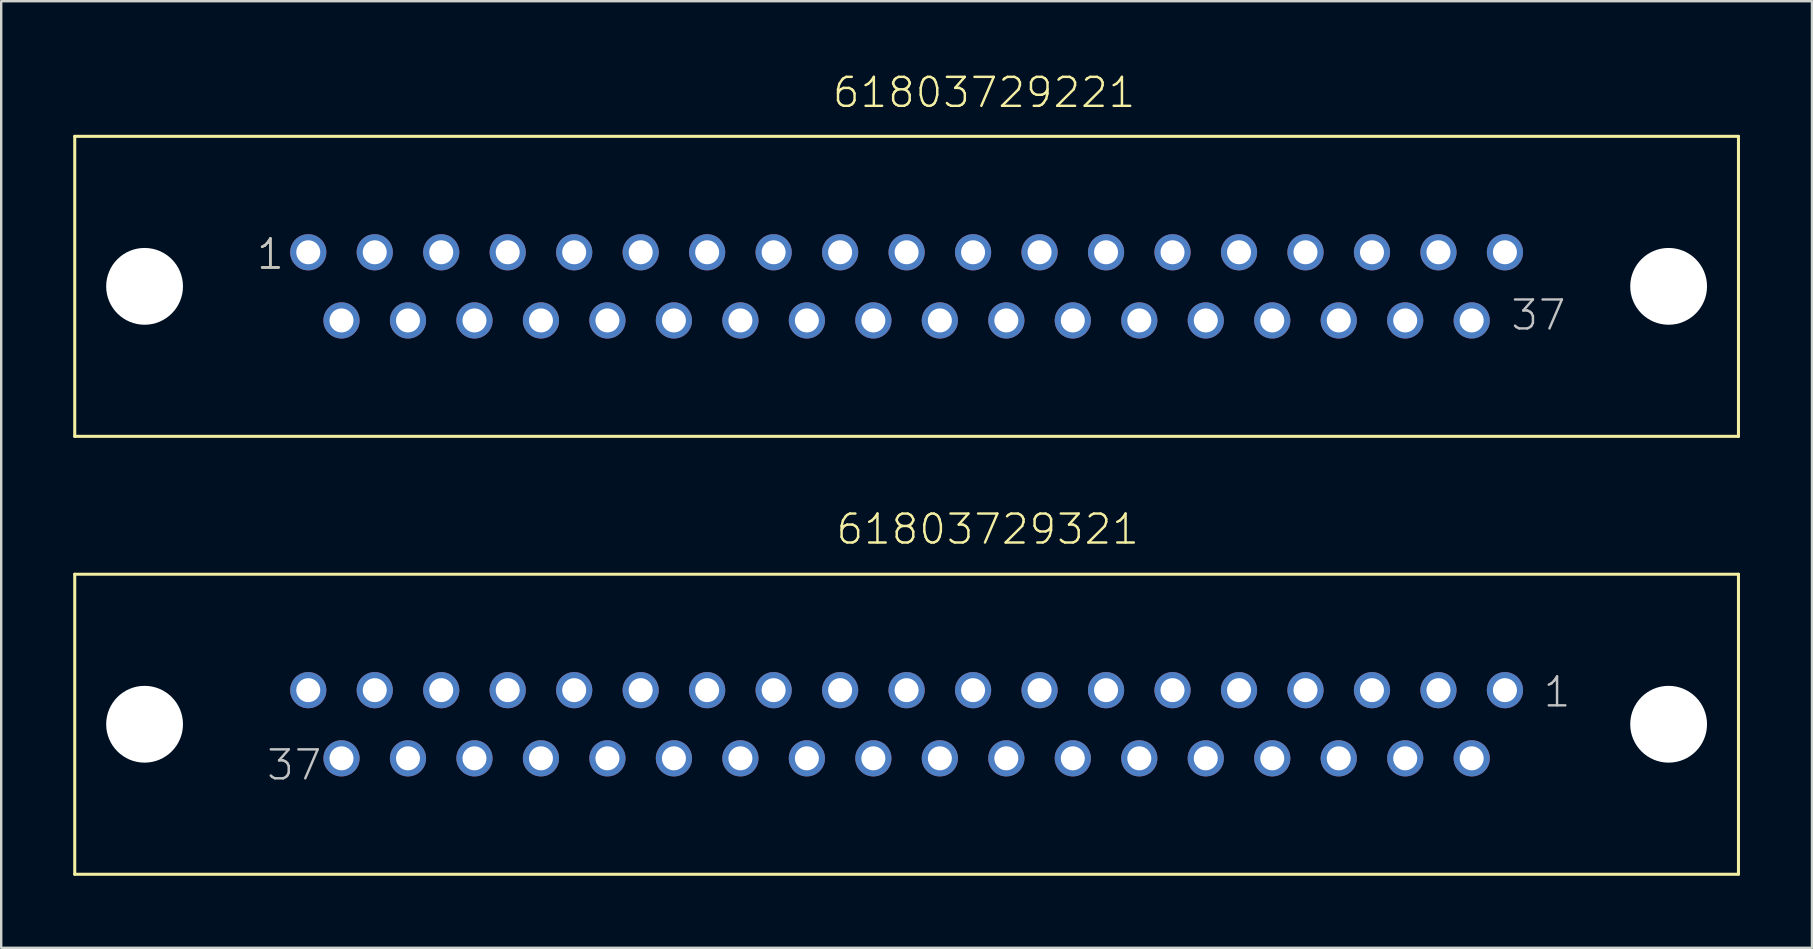
<source format=kicad_pcb>
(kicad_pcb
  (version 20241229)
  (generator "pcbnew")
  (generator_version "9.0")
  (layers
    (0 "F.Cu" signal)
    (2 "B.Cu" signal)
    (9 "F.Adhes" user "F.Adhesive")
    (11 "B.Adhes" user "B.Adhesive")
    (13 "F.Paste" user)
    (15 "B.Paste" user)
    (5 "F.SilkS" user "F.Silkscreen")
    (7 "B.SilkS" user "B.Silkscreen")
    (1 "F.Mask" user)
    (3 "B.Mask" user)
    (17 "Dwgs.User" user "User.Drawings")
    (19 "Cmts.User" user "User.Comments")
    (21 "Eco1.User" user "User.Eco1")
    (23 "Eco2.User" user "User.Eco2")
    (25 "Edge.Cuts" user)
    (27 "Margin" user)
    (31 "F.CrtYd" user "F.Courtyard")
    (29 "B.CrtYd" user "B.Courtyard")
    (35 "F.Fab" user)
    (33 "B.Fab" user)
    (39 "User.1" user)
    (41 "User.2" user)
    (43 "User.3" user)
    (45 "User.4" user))
  (footprint "61803729221"
    (layer "F.Cu")
    (at 34.724 8.881)
    (property "Reference" "61803729221" (at -3.155 -7.37 0) (layer "F.SilkS") (effects (font (size 1.206 1.206) (thickness 0.102)) (justify left bottom)))
    (attr through_hole)
    (fp_line (start -34.66 -6.25) (end 34.66 -6.25) (stroke (width 0.127) (type solid)) (layer "F.SilkS"))
    (fp_line (start -34.66 6.25) (end -34.66 -6.25) (stroke (width 0.127) (type solid)) (layer "F.SilkS"))
    (fp_line (start 34.66 -6.25) (end 34.66 6.25) (stroke (width 0.127) (type solid)) (layer "F.SilkS"))
    (fp_line (start 34.66 6.25) (end -34.66 6.25) (stroke (width 0.127) (type solid)) (layer "F.SilkS"))
    (fp_text user "1" (at -27.15 -0.635 0) (layer "F.SilkS") (effects (font (size 1.206 1.206) (thickness 0.102)) (justify left bottom)))
    (fp_text user "1" (at -27.15 -0.635 0) (layer "Dwgs.User") (effects (font (size 1.206 1.206) (thickness 0.102)) (justify left bottom)))
    (fp_text user "37" (at 25.11 1.905 0) (layer "Dwgs.User") (effects (font (size 1.206 1.206) (thickness 0.102)) (justify left bottom)))
    (pad "" np_thru_hole circle (at -31.75 0) (size 3.2 3.2) (drill 3.2) (layers "*.Cu"))
    (pad "" np_thru_hole circle (at 31.75 0) (size 3.2 3.2) (drill 3.2) (layers "*.Cu"))
    (pad "1" thru_hole circle (at -24.93 -1.42) (size 1.508 1.508) (drill 1) (layers "*.Cu" "*.Mask"))
    (pad "2" thru_hole circle (at -22.16 -1.42) (size 1.508 1.508) (drill 1) (layers "*.Cu" "*.Mask"))
    (pad "3" thru_hole circle (at -19.39 -1.42) (size 1.508 1.508) (drill 1) (layers "*.Cu" "*.Mask"))
    (pad "4" thru_hole circle (at -16.62 -1.42) (size 1.508 1.508) (drill 1) (layers "*.Cu" "*.Mask"))
    (pad "5" thru_hole circle (at -13.85 -1.42) (size 1.508 1.508) (drill 1) (layers "*.Cu" "*.Mask"))
    (pad "6" thru_hole circle (at -11.08 -1.42) (size 1.508 1.508) (drill 1) (layers "*.Cu" "*.Mask"))
    (pad "7" thru_hole circle (at -8.31 -1.42) (size 1.508 1.508) (drill 1) (layers "*.Cu" "*.Mask"))
    (pad "8" thru_hole circle (at -5.54 -1.42) (size 1.508 1.508) (drill 1) (layers "*.Cu" "*.Mask"))
    (pad "9" thru_hole circle (at -2.77 -1.42) (size 1.508 1.508) (drill 1) (layers "*.Cu" "*.Mask"))
    (pad "10" thru_hole circle (at 0 -1.42) (size 1.508 1.508) (drill 1) (layers "*.Cu" "*.Mask"))
    (pad "11" thru_hole circle (at 2.77 -1.42) (size 1.508 1.508) (drill 1) (layers "*.Cu" "*.Mask"))
    (pad "12" thru_hole circle (at 5.54 -1.42) (size 1.508 1.508) (drill 1) (layers "*.Cu" "*.Mask"))
    (pad "13" thru_hole circle (at 8.31 -1.42) (size 1.508 1.508) (drill 1) (layers "*.Cu" "*.Mask"))
    (pad "14" thru_hole circle (at 11.08 -1.42) (size 1.508 1.508) (drill 1) (layers "*.Cu" "*.Mask"))
    (pad "15" thru_hole circle (at 13.85 -1.42) (size 1.508 1.508) (drill 1) (layers "*.Cu" "*.Mask"))
    (pad "16" thru_hole circle (at 16.62 -1.42) (size 1.508 1.508) (drill 1) (layers "*.Cu" "*.Mask"))
    (pad "17" thru_hole circle (at 19.39 -1.42) (size 1.508 1.508) (drill 1) (layers "*.Cu" "*.Mask"))
    (pad "18" thru_hole circle (at 22.16 -1.42) (size 1.508 1.508) (drill 1) (layers "*.Cu" "*.Mask"))
    (pad "19" thru_hole circle (at 24.93 -1.42) (size 1.508 1.508) (drill 1) (layers "*.Cu" "*.Mask"))
    (pad "20" thru_hole circle (at -23.545 1.42) (size 1.508 1.508) (drill 1) (layers "*.Cu" "*.Mask"))
    (pad "21" thru_hole circle (at -20.775 1.42) (size 1.508 1.508) (drill 1) (layers "*.Cu" "*.Mask"))
    (pad "22" thru_hole circle (at -18.005 1.42) (size 1.508 1.508) (drill 1) (layers "*.Cu" "*.Mask"))
    (pad "23" thru_hole circle (at -15.235 1.42) (size 1.508 1.508) (drill 1) (layers "*.Cu" "*.Mask"))
    (pad "24" thru_hole circle (at -12.465 1.42) (size 1.508 1.508) (drill 1) (layers "*.Cu" "*.Mask"))
    (pad "25" thru_hole circle (at -9.695 1.42) (size 1.508 1.508) (drill 1) (layers "*.Cu" "*.Mask"))
    (pad "26" thru_hole circle (at -6.925 1.42) (size 1.508 1.508) (drill 1) (layers "*.Cu" "*.Mask"))
    (pad "27" thru_hole circle (at -4.155 1.42) (size 1.508 1.508) (drill 1) (layers "*.Cu" "*.Mask"))
    (pad "28" thru_hole circle (at -1.385 1.42) (size 1.508 1.508) (drill 1) (layers "*.Cu" "*.Mask"))
    (pad "29" thru_hole circle (at 1.385 1.42) (size 1.508 1.508) (drill 1) (layers "*.Cu" "*.Mask"))
    (pad "30" thru_hole circle (at 4.155 1.42) (size 1.508 1.508) (drill 1) (layers "*.Cu" "*.Mask"))
    (pad "31" thru_hole circle (at 6.925 1.42) (size 1.508 1.508) (drill 1) (layers "*.Cu" "*.Mask"))
    (pad "32" thru_hole circle (at 9.695 1.42) (size 1.508 1.508) (drill 1) (layers "*.Cu" "*.Mask"))
    (pad "33" thru_hole circle (at 12.465 1.42) (size 1.508 1.508) (drill 1) (layers "*.Cu" "*.Mask"))
    (pad "34" thru_hole circle (at 15.235 1.42) (size 1.508 1.508) (drill 1) (layers "*.Cu" "*.Mask"))
    (pad "35" thru_hole circle (at 18.005 1.42) (size 1.508 1.508) (drill 1) (layers "*.Cu" "*.Mask"))
    (pad "36" thru_hole circle (at 20.775 1.42) (size 1.508 1.508) (drill 1) (layers "*.Cu" "*.Mask"))
    (pad "37" thru_hole circle (at 23.545 1.42) (size 1.508 1.508) (drill 1) (layers "*.Cu" "*.Mask")))
  (footprint "61803729321"
    (layer "F.Cu")
    (at 34.724 27.126)
    (property "Reference" "61803729321" (at -3.005 -7.42 0) (layer "F.SilkS") (effects (font (size 1.206 1.206) (thickness 0.102)) (justify left bottom)))
    (attr through_hole)
    (fp_line (start -34.66 -6.25) (end 34.66 -6.25) (stroke (width 0.127) (type solid)) (layer "F.SilkS"))
    (fp_line (start -34.66 6.25) (end -34.66 -6.25) (stroke (width 0.127) (type solid)) (layer "F.SilkS"))
    (fp_line (start 34.66 -6.25) (end 34.66 6.25) (stroke (width 0.127) (type solid)) (layer "F.SilkS"))
    (fp_line (start 34.66 6.25) (end -34.66 6.25) (stroke (width 0.127) (type solid)) (layer "F.SilkS"))
    (fp_text user "37" (at -26.73 2.405 0) (layer "Dwgs.User") (effects (font (size 1.206 1.206) (thickness 0.102)) (justify left bottom)))
    (fp_text user "1" (at 26.46 -0.635 0) (layer "Dwgs.User") (effects (font (size 1.206 1.206) (thickness 0.102)) (justify left bottom)))
    (pad "" np_thru_hole circle (at -31.75 0) (size 3.2 3.2) (drill 3.2) (layers "*.Cu"))
    (pad "" np_thru_hole circle (at 31.75 0) (size 3.2 3.2) (drill 3.2) (layers "*.Cu"))
    (pad "1" thru_hole circle (at 24.93 -1.42) (size 1.508 1.508) (drill 1) (layers "*.Cu" "*.Mask"))
    (pad "2" thru_hole circle (at 22.16 -1.42) (size 1.508 1.508) (drill 1) (layers "*.Cu" "*.Mask"))
    (pad "3" thru_hole circle (at 19.39 -1.42) (size 1.508 1.508) (drill 1) (layers "*.Cu" "*.Mask"))
    (pad "4" thru_hole circle (at 16.62 -1.42) (size 1.508 1.508) (drill 1) (layers "*.Cu" "*.Mask"))
    (pad "5" thru_hole circle (at 13.85 -1.42) (size 1.508 1.508) (drill 1) (layers "*.Cu" "*.Mask"))
    (pad "6" thru_hole circle (at 11.08 -1.42) (size 1.508 1.508) (drill 1) (layers "*.Cu" "*.Mask"))
    (pad "7" thru_hole circle (at 8.31 -1.42) (size 1.508 1.508) (drill 1) (layers "*.Cu" "*.Mask"))
    (pad "8" thru_hole circle (at 5.54 -1.42) (size 1.508 1.508) (drill 1) (layers "*.Cu" "*.Mask"))
    (pad "9" thru_hole circle (at 2.77 -1.42) (size 1.508 1.508) (drill 1) (layers "*.Cu" "*.Mask"))
    (pad "10" thru_hole circle (at 0 -1.42) (size 1.508 1.508) (drill 1) (layers "*.Cu" "*.Mask"))
    (pad "11" thru_hole circle (at -2.77 -1.42) (size 1.508 1.508) (drill 1) (layers "*.Cu" "*.Mask"))
    (pad "12" thru_hole circle (at -5.54 -1.42) (size 1.508 1.508) (drill 1) (layers "*.Cu" "*.Mask"))
    (pad "13" thru_hole circle (at -8.31 -1.42) (size 1.508 1.508) (drill 1) (layers "*.Cu" "*.Mask"))
    (pad "14" thru_hole circle (at -11.08 -1.42) (size 1.508 1.508) (drill 1) (layers "*.Cu" "*.Mask"))
    (pad "15" thru_hole circle (at -13.85 -1.42) (size 1.508 1.508) (drill 1) (layers "*.Cu" "*.Mask"))
    (pad "16" thru_hole circle (at -16.62 -1.42) (size 1.508 1.508) (drill 1) (layers "*.Cu" "*.Mask"))
    (pad "17" thru_hole circle (at -19.39 -1.42) (size 1.508 1.508) (drill 1) (layers "*.Cu" "*.Mask"))
    (pad "18" thru_hole circle (at -22.16 -1.42) (size 1.508 1.508) (drill 1) (layers "*.Cu" "*.Mask"))
    (pad "19" thru_hole circle (at -24.93 -1.42) (size 1.508 1.508) (drill 1) (layers "*.Cu" "*.Mask"))
    (pad "20" thru_hole circle (at 23.545 1.42) (size 1.508 1.508) (drill 1) (layers "*.Cu" "*.Mask"))
    (pad "21" thru_hole circle (at 20.775 1.42) (size 1.508 1.508) (drill 1) (layers "*.Cu" "*.Mask"))
    (pad "22" thru_hole circle (at 18.005 1.42) (size 1.508 1.508) (drill 1) (layers "*.Cu" "*.Mask"))
    (pad "23" thru_hole circle (at 15.235 1.42) (size 1.508 1.508) (drill 1) (layers "*.Cu" "*.Mask"))
    (pad "24" thru_hole circle (at 12.465 1.42) (size 1.508 1.508) (drill 1) (layers "*.Cu" "*.Mask"))
    (pad "25" thru_hole circle (at 9.695 1.42) (size 1.508 1.508) (drill 1) (layers "*.Cu" "*.Mask"))
    (pad "26" thru_hole circle (at 6.925 1.42) (size 1.508 1.508) (drill 1) (layers "*.Cu" "*.Mask"))
    (pad "27" thru_hole circle (at 4.155 1.42) (size 1.508 1.508) (drill 1) (layers "*.Cu" "*.Mask"))
    (pad "28" thru_hole circle (at 1.385 1.42) (size 1.508 1.508) (drill 1) (layers "*.Cu" "*.Mask"))
    (pad "29" thru_hole circle (at -1.385 1.42) (size 1.508 1.508) (drill 1) (layers "*.Cu" "*.Mask"))
    (pad "30" thru_hole circle (at -4.155 1.42) (size 1.508 1.508) (drill 1) (layers "*.Cu" "*.Mask"))
    (pad "31" thru_hole circle (at -6.925 1.42) (size 1.508 1.508) (drill 1) (layers "*.Cu" "*.Mask"))
    (pad "32" thru_hole circle (at -9.695 1.42) (size 1.508 1.508) (drill 1) (layers "*.Cu" "*.Mask"))
    (pad "33" thru_hole circle (at -12.465 1.42) (size 1.508 1.508) (drill 1) (layers "*.Cu" "*.Mask"))
    (pad "34" thru_hole circle (at -15.235 1.42) (size 1.508 1.508) (drill 1) (layers "*.Cu" "*.Mask"))
    (pad "35" thru_hole circle (at -18.005 1.42) (size 1.508 1.508) (drill 1) (layers "*.Cu" "*.Mask"))
    (pad "36" thru_hole circle (at -20.775 1.42) (size 1.508 1.508) (drill 1) (layers "*.Cu" "*.Mask"))
    (pad "37" thru_hole circle (at -23.545 1.42) (size 1.508 1.508) (drill 1) (layers "*.Cu" "*.Mask")))
  (gr_rect
    (start -3 -3)
    (end 72.447 36.44)
    (stroke (width 0.1) (type default))
    (fill no)
    (layer "Edge.Cuts")))
</source>
